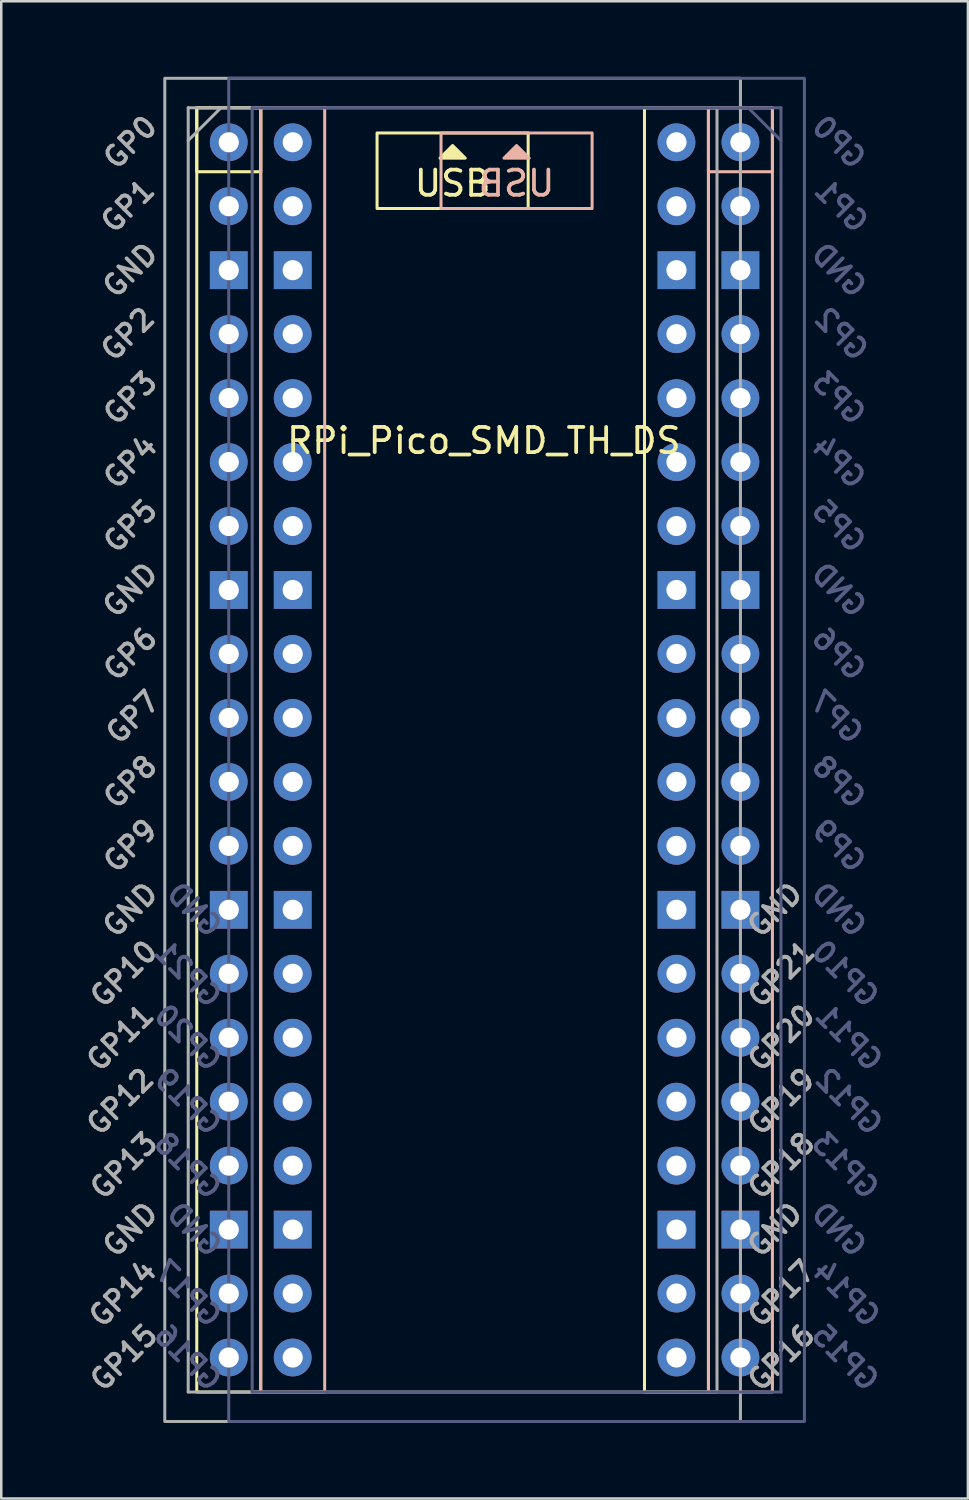
<source format=kicad_pcb>
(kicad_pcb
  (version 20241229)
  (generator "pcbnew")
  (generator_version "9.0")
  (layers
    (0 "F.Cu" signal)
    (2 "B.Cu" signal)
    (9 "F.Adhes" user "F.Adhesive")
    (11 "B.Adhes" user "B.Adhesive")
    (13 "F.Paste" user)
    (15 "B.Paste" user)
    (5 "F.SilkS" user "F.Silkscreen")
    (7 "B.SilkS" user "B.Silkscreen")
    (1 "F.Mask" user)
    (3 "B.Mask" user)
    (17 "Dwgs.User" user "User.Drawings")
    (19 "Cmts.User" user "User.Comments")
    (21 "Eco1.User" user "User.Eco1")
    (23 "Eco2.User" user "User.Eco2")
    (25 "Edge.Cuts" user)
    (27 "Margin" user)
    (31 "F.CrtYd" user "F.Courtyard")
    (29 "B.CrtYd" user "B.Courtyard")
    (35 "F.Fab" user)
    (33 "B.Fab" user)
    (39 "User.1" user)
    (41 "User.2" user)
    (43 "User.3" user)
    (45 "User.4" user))
  (footprint "RPi_Pico_SMD_TH_DS"
    (layer "F.Cu")
    (at 16.194 26.73)
    (property "Reference" "RPi_Pico_SMD_TH_DS" (at -0.03 -12.28 0) (layer "F.SilkS") (effects (font (size 1 1) (thickness 0.15))))
    (attr through_hole)
    (fp_rect (start -11.43 -25.5) (end -8.89 -22.96) (stroke (width 0.12) (type default)) (fill no) (layer "F.SilkS"))
    (fp_rect (start -11.43 -25.5) (end -8.89 25.5) (stroke (width 0.12) (type default)) (fill no) (layer "F.SilkS"))
    (fp_rect (start -4.27 -24.5) (end 1.73 -21.5) (stroke (width 0.12) (type solid)) (fill no) (layer "F.SilkS"))
    (fp_rect (start 6.35 -25.5) (end 8.89 25.5) (stroke (width 0.12) (type default)) (fill no) (layer "F.SilkS"))
    (fp_poly (pts (xy -0.77 -23.5) (xy -1.77 -23.5) (xy -1.27 -24)) (stroke (width 0.12) (type solid)) (fill yes) (layer "F.SilkS"))
    (fp_rect (start -6.35 -25.5) (end -8.89 25.5) (stroke (width 0.12) (type default)) (fill no) (layer "B.SilkS"))
    (fp_rect (start 4.27 -24.5) (end -1.73 -21.5) (stroke (width 0.12) (type solid)) (fill no) (layer "B.SilkS"))
    (fp_rect (start 11.43 -25.5) (end 8.89 -22.96) (stroke (width 0.12) (type default)) (fill no) (layer "B.SilkS"))
    (fp_rect (start 11.43 -25.5) (end 8.89 25.5) (stroke (width 0.12) (type default)) (fill no) (layer "B.SilkS"))
    (fp_poly (pts (xy 0.77 -23.5) (xy 1.77 -23.5) (xy 1.27 -24)) (stroke (width 0.12) (type solid)) (fill yes) (layer "B.SilkS"))
    (fp_line (start -9.23 -25.5) (end -9.23 25.5) (stroke (width 0.12) (type solid)) (layer "B.Fab"))
    (fp_line (start -9.23 25.5) (end 11.77 25.5) (stroke (width 0.12) (type solid)) (layer "B.Fab"))
    (fp_line (start 11.77 -25.5) (end -9.23 -25.5) (stroke (width 0.12) (type solid)) (layer "B.Fab"))
    (fp_line (start 11.77 -24.2) (end 10.47 -25.5) (stroke (width 0.12) (type solid)) (layer "B.Fab"))
    (fp_line (start 11.77 25.5) (end 11.77 -25.5) (stroke (width 0.12) (type solid)) (layer "B.Fab"))
    (fp_rect (start 12.7 -26.67) (end -10.16 26.67) (stroke (width 0.12) (type solid)) (fill no) (layer "B.Fab"))
    (fp_line (start -11.77 -25.5) (end 9.23 -25.5) (stroke (width 0.12) (type solid)) (layer "F.Fab"))
    (fp_line (start -11.77 -24.2) (end -10.47 -25.5) (stroke (width 0.12) (type solid)) (layer "F.Fab"))
    (fp_line (start -11.77 25.5) (end -11.77 -25.5) (stroke (width 0.12) (type solid)) (layer "F.Fab"))
    (fp_line (start 9.23 -25.5) (end 9.23 25.5) (stroke (width 0.12) (type solid)) (layer "F.Fab"))
    (fp_line (start 9.23 25.5) (end -11.77 25.5) (stroke (width 0.12) (type solid)) (layer "F.Fab"))
    (fp_rect (start -12.7 -26.67) (end 10.16 26.67) (stroke (width 0.12) (type solid)) (fill no) (layer "F.Fab"))
    (fp_text user "USB" (at -1.27 -22.5 0) (unlocked yes) (layer "F.SilkS") (effects (font (size 1 1) (thickness 0.15))))
    (fp_text user "USB" (at 1.27 -22.5 0) (unlocked yes) (layer "B.SilkS") (effects (font (size 1 1) (thickness 0.15)) (justify mirror)))
    (fp_text user "GND" (at 14.07 -19.05 315) (layer "B.Fab") (effects (font (size 0.8 0.8) (thickness 0.15)) (justify mirror)))
    (fp_text user "GP21" (at -11.784 8.9 315) (layer "B.Fab") (effects (font (size 0.8 0.8) (thickness 0.15)) (justify mirror)))
    (fp_text user "GP0" (at 14.07 -24.13 315) (layer "B.Fab") (effects (font (size 0.8 0.8) (thickness 0.15)) (justify mirror)))
    (fp_text user "GP13" (at 14.324 16.51 315) (layer "B.Fab") (effects (font (size 0.8 0.8) (thickness 0.15)) (justify mirror)))
    (fp_text user "GP18" (at -11.784 16.51 315) (layer "B.Fab") (effects (font (size 0.8 0.8) (thickness 0.15)) (justify mirror)))
    (fp_text user "GND" (at -11.53 6.35 315) (layer "B.Fab") (effects (font (size 0.8 0.8) (thickness 0.15)) (justify mirror)))
    (fp_text user "GP5" (at 14.07 -8.89 315) (layer "B.Fab") (effects (font (size 0.8 0.8) (thickness 0.15)) (justify mirror)))
    (fp_text user "GP3" (at 14.07 -13.97 315) (layer "B.Fab") (effects (font (size 0.8 0.8) (thickness 0.15)) (justify mirror)))
    (fp_text user "GND" (at 14.07 -6.35 315) (layer "B.Fab") (effects (font (size 0.8 0.8) (thickness 0.15)) (justify mirror)))
    (fp_text user "GP17" (at -11.784 21.59 315) (layer "B.Fab") (effects (font (size 0.8 0.8) (thickness 0.15)) (justify mirror)))
    (fp_text user "GND" (at 14.07 6.35 315) (layer "B.Fab") (effects (font (size 0.8 0.8) (thickness 0.15)) (justify mirror)))
    (fp_text user "GP10" (at 14.324 8.89 315) (layer "B.Fab") (effects (font (size 0.8 0.8) (thickness 0.15)) (justify mirror)))
    (fp_text user "GP7" (at 13.97 -1.3 315) (layer "B.Fab") (effects (font (size 0.8 0.8) (thickness 0.15)) (justify mirror)))
    (fp_text user "GP11" (at 14.47 11.43 315) (layer "B.Fab") (effects (font (size 0.8 0.8) (thickness 0.15)) (justify mirror)))
    (fp_text user "GP12" (at 14.47 13.97 315) (layer "B.Fab") (effects (font (size 0.8 0.8) (thickness 0.15)) (justify mirror)))
    (fp_text user "GP2" (at 14.17 -16.51 315) (layer "B.Fab") (effects (font (size 0.8 0.8) (thickness 0.15)) (justify mirror)))
    (fp_text user "GP8" (at 14.07 1.27 315) (layer "B.Fab") (effects (font (size 0.8 0.8) (thickness 0.15)) (justify mirror)))
    (fp_text user "GP1" (at 14.17 -21.6 315) (layer "B.Fab") (effects (font (size 0.8 0.8) (thickness 0.15)) (justify mirror)))
    (fp_text user "GP16" (at -11.784 24.13 315) (layer "B.Fab") (effects (font (size 0.8 0.8) (thickness 0.15)) (justify mirror)))
    (fp_text user "GP15" (at 14.324 24.13 315) (layer "B.Fab") (effects (font (size 0.8 0.8) (thickness 0.15)) (justify mirror)))
    (fp_text user "GP4" (at 14.07 -11.43 315) (layer "B.Fab") (effects (font (size 0.8 0.8) (thickness 0.15)) (justify mirror)))
    (fp_text user "GP19" (at -11.784 13.97 315) (layer "B.Fab") (effects (font (size 0.8 0.8) (thickness 0.15)) (justify mirror)))
    (fp_text user "GND" (at -11.53 19.05 315) (layer "B.Fab") (effects (font (size 0.8 0.8) (thickness 0.15)) (justify mirror)))
    (fp_text user "GND" (at 14.07 19.05 315) (layer "B.Fab") (effects (font (size 0.8 0.8) (thickness 0.15)) (justify mirror)))
    (fp_text user "GP20" (at -11.784 11.43 315) (layer "B.Fab") (effects (font (size 0.8 0.8) (thickness 0.15)) (justify mirror)))
    (fp_text user "GP14" (at 14.37 21.59 315) (layer "B.Fab") (effects (font (size 0.8 0.8) (thickness 0.15)) (justify mirror)))
    (fp_text user "GP9" (at 14.07 3.81 315) (layer "B.Fab") (effects (font (size 0.8 0.8) (thickness 0.15)) (justify mirror)))
    (fp_text user "GP6" (at 14.07 -3.81 315) (layer "B.Fab") (effects (font (size 0.8 0.8) (thickness 0.15)) (justify mirror)))
    (fp_text user "GND" (at -14.07 -19.05 45) (layer "F.Fab") (effects (font (size 0.8 0.8) (thickness 0.15))))
    (fp_text user "GP21" (at 11.784 8.9 45) (layer "F.Fab") (effects (font (size 0.8 0.8) (thickness 0.15))))
    (fp_text user "GND" (at -14.07 6.35 45) (layer "F.Fab") (effects (font (size 0.8 0.8) (thickness 0.15))))
    (fp_text user "GP19" (at 11.784 13.97 45) (layer "F.Fab") (effects (font (size 0.8 0.8) (thickness 0.15))))
    (fp_text user "GP13" (at -14.324 16.51 45) (layer "F.Fab") (effects (font (size 0.8 0.8) (thickness 0.15))))
    (fp_text user "GND" (at -14.07 -6.35 45) (layer "F.Fab") (effects (font (size 0.8 0.8) (thickness 0.15))))
    (fp_text user "GP15" (at -14.324 24.13 45) (layer "F.Fab") (effects (font (size 0.8 0.8) (thickness 0.15))))
    (fp_text user "GP2" (at -14.17 -16.51 45) (layer "F.Fab") (effects (font (size 0.8 0.8) (thickness 0.15))))
    (fp_text user "GP6" (at -14.07 -3.81 45) (layer "F.Fab") (effects (font (size 0.8 0.8) (thickness 0.15))))
    (fp_text user "GND" (at 11.53 19.05 45) (layer "F.Fab") (effects (font (size 0.8 0.8) (thickness 0.15))))
    (fp_text user "GP16" (at 11.784 24.13 45) (layer "F.Fab") (effects (font (size 0.8 0.8) (thickness 0.15))))
    (fp_text user "GP5" (at -14.07 -8.89 45) (layer "F.Fab") (effects (font (size 0.8 0.8) (thickness 0.15))))
    (fp_text user "GP0" (at -14.07 -24.13 45) (layer "F.Fab") (effects (font (size 0.8 0.8) (thickness 0.15))))
    (fp_text user "GP20" (at 11.784 11.43 45) (layer "F.Fab") (effects (font (size 0.8 0.8) (thickness 0.15))))
    (fp_text user "GP8" (at -14.07 1.27 45) (layer "F.Fab") (effects (font (size 0.8 0.8) (thickness 0.15))))
    (fp_text user "GP10" (at -14.324 8.89 45) (layer "F.Fab") (effects (font (size 0.8 0.8) (thickness 0.15))))
    (fp_text user "GP14" (at -14.37 21.59 45) (layer "F.Fab") (effects (font (size 0.8 0.8) (thickness 0.15))))
    (fp_text user "GP3" (at -14.07 -13.97 45) (layer "F.Fab") (effects (font (size 0.8 0.8) (thickness 0.15))))
    (fp_text user "GP17" (at 11.784 21.59 45) (layer "F.Fab") (effects (font (size 0.8 0.8) (thickness 0.15))))
    (fp_text user "GND" (at -14.07 19.05 45) (layer "F.Fab") (effects (font (size 0.8 0.8) (thickness 0.15))))
    (fp_text user "GP12" (at -14.47 13.97 45) (layer "F.Fab") (effects (font (size 0.8 0.8) (thickness 0.15))))
    (fp_text user "GND" (at 11.53 6.35 45) (layer "F.Fab") (effects (font (size 0.8 0.8) (thickness 0.15))))
    (fp_text user "GP7" (at -13.97 -1.3 45) (layer "F.Fab") (effects (font (size 0.8 0.8) (thickness 0.15))))
    (fp_text user "GP9" (at -14.07 3.81 45) (layer "F.Fab") (effects (font (size 0.8 0.8) (thickness 0.15))))
    (fp_text user "GP1" (at -14.17 -21.6 45) (layer "F.Fab") (effects (font (size 0.8 0.8) (thickness 0.15))))
    (fp_text user "GP11" (at -14.47 11.43 45) (layer "F.Fab") (effects (font (size 0.8 0.8) (thickness 0.15))))
    (fp_text user "GP18" (at 11.784 16.51 45) (layer "F.Fab") (effects (font (size 0.8 0.8) (thickness 0.15))))
    (fp_text user "GP4" (at -14.07 -11.43 45) (layer "F.Fab") (effects (font (size 0.8 0.8) (thickness 0.15))))
    (pad "1" thru_hole circle (at -10.16 -24.13) (size 1.5 1.5) (drill 0.8) (layers "*.Cu" "B.Mask"))
    (pad "1" thru_hole circle (at 10.16 -24.13) (size 1.5 1.5) (drill 0.8) (layers "*.Cu" "F.Mask"))
    (pad "2" thru_hole circle (at -10.16 -21.59) (size 1.5 1.5) (drill 0.8) (layers "*.Cu" "B.Mask"))
    (pad "2" thru_hole circle (at 10.16 -21.59) (size 1.5 1.5) (drill 0.8) (layers "*.Cu" "F.Mask"))
    (pad "3" thru_hole rect (at -10.16 -19.05) (size 1.5 1.5) (drill 0.8) (layers "*.Cu" "B.Mask"))
    (pad "3" thru_hole rect (at 10.16 -19.05) (size 1.5 1.5) (drill 0.8) (layers "*.Cu" "F.Mask"))
    (pad "4" thru_hole circle (at -10.16 -16.51) (size 1.5 1.5) (drill 0.8) (layers "*.Cu" "B.Mask"))
    (pad "4" thru_hole circle (at 10.16 -16.51) (size 1.5 1.5) (drill 0.8) (layers "*.Cu" "F.Mask"))
    (pad "5" thru_hole circle (at -10.16 -13.97) (size 1.5 1.5) (drill 0.8) (layers "*.Cu" "B.Mask"))
    (pad "5" thru_hole circle (at 10.16 -13.97) (size 1.5 1.5) (drill 0.8) (layers "*.Cu" "F.Mask"))
    (pad "6" thru_hole circle (at -10.16 -11.43) (size 1.5 1.5) (drill 0.8) (layers "*.Cu" "B.Mask"))
    (pad "6" thru_hole circle (at 10.16 -11.43) (size 1.5 1.5) (drill 0.8) (layers "*.Cu" "F.Mask"))
    (pad "7" thru_hole circle (at -10.16 -8.89) (size 1.5 1.5) (drill 0.8) (layers "*.Cu" "B.Mask"))
    (pad "7" thru_hole circle (at 10.16 -8.89) (size 1.5 1.5) (drill 0.8) (layers "*.Cu" "F.Mask"))
    (pad "8" thru_hole rect (at -10.16 -6.35) (size 1.5 1.5) (drill 0.8) (layers "*.Cu" "B.Mask"))
    (pad "8" thru_hole rect (at 10.16 -6.35) (size 1.5 1.5) (drill 0.8) (layers "*.Cu" "F.Mask"))
    (pad "9" thru_hole circle (at -10.16 -3.81) (size 1.5 1.5) (drill 0.8) (layers "*.Cu" "B.Mask"))
    (pad "9" thru_hole circle (at 10.16 -3.81) (size 1.5 1.5) (drill 0.8) (layers "*.Cu" "F.Mask"))
    (pad "10" thru_hole circle (at -10.16 -1.27) (size 1.5 1.5) (drill 0.8) (layers "*.Cu" "B.Mask"))
    (pad "10" thru_hole circle (at 10.16 -1.27) (size 1.5 1.5) (drill 0.8) (layers "*.Cu" "F.Mask"))
    (pad "11" thru_hole circle (at -10.16 1.27) (size 1.5 1.5) (drill 0.8) (layers "*.Cu" "B.Mask"))
    (pad "11" thru_hole circle (at 10.16 1.27) (size 1.5 1.5) (drill 0.8) (layers "*.Cu" "F.Mask"))
    (pad "12" thru_hole circle (at -10.16 3.81) (size 1.5 1.5) (drill 0.8) (layers "*.Cu" "B.Mask"))
    (pad "12" thru_hole circle (at 10.16 3.81) (size 1.5 1.5) (drill 0.8) (layers "*.Cu" "F.Mask"))
    (pad "13" thru_hole rect (at -10.16 6.35) (size 1.5 1.5) (drill 0.8) (layers "*.Cu" "B.Mask"))
    (pad "13" thru_hole rect (at 10.16 6.35) (size 1.5 1.5) (drill 0.8) (layers "*.Cu" "F.Mask"))
    (pad "14" thru_hole circle (at -10.16 8.89) (size 1.5 1.5) (drill 0.8) (layers "*.Cu" "B.Mask"))
    (pad "14" thru_hole circle (at 10.16 8.89) (size 1.5 1.5) (drill 0.8) (layers "*.Cu" "F.Mask"))
    (pad "15" thru_hole circle (at -10.16 11.43) (size 1.5 1.5) (drill 0.8) (layers "*.Cu" "B.Mask"))
    (pad "15" thru_hole circle (at 10.16 11.43) (size 1.5 1.5) (drill 0.8) (layers "*.Cu" "F.Mask"))
    (pad "16" thru_hole circle (at -10.16 13.97) (size 1.5 1.5) (drill 0.8) (layers "*.Cu" "B.Mask"))
    (pad "16" thru_hole circle (at 10.16 13.97) (size 1.5 1.5) (drill 0.8) (layers "*.Cu" "F.Mask"))
    (pad "17" thru_hole circle (at -10.16 16.51) (size 1.5 1.5) (drill 0.8) (layers "*.Cu" "B.Mask"))
    (pad "17" thru_hole circle (at 10.16 16.51) (size 1.5 1.5) (drill 0.8) (layers "*.Cu" "F.Mask"))
    (pad "18" thru_hole rect (at -10.16 19.05) (size 1.5 1.5) (drill 0.8) (layers "*.Cu" "B.Mask"))
    (pad "18" thru_hole rect (at 10.16 19.05) (size 1.5 1.5) (drill 0.8) (layers "*.Cu" "F.Mask"))
    (pad "19" thru_hole circle (at -10.16 21.59) (size 1.5 1.5) (drill 0.8) (layers "*.Cu" "B.Mask"))
    (pad "19" thru_hole circle (at 10.16 21.59) (size 1.5 1.5) (drill 0.8) (layers "*.Cu" "F.Mask"))
    (pad "20" thru_hole circle (at -10.16 24.13) (size 1.5 1.5) (drill 0.8) (layers "*.Cu" "B.Mask"))
    (pad "20" thru_hole circle (at 10.16 24.13) (size 1.5 1.5) (drill 0.8) (layers "*.Cu" "F.Mask"))
    (pad "21" thru_hole circle (at -7.62 24.13) (size 1.5 1.5) (drill 0.8) (layers "*.Cu" "F.Mask"))
    (pad "21" thru_hole circle (at 7.62 24.13) (size 1.5 1.5) (drill 0.8) (layers "*.Cu" "B.Mask"))
    (pad "22" thru_hole circle (at -7.62 21.59) (size 1.5 1.5) (drill 0.8) (layers "*.Cu" "F.Mask"))
    (pad "22" thru_hole circle (at 7.62 21.59) (size 1.5 1.5) (drill 0.8) (layers "*.Cu" "B.Mask"))
    (pad "23" thru_hole rect (at -7.62 19.05) (size 1.5 1.5) (drill 0.8) (layers "*.Cu" "F.Mask"))
    (pad "23" thru_hole rect (at 7.62 19.05) (size 1.5 1.5) (drill 0.8) (layers "*.Cu" "B.Mask"))
    (pad "24" thru_hole circle (at -7.62 16.51) (size 1.5 1.5) (drill 0.8) (layers "*.Cu" "F.Mask"))
    (pad "24" thru_hole circle (at 7.62 16.51) (size 1.5 1.5) (drill 0.8) (layers "*.Cu" "B.Mask"))
    (pad "25" thru_hole circle (at -7.62 13.97) (size 1.5 1.5) (drill 0.8) (layers "*.Cu" "F.Mask"))
    (pad "25" thru_hole circle (at 7.62 13.97) (size 1.5 1.5) (drill 0.8) (layers "*.Cu" "B.Mask"))
    (pad "26" thru_hole circle (at -7.62 11.43) (size 1.5 1.5) (drill 0.8) (layers "*.Cu" "F.Mask"))
    (pad "26" thru_hole circle (at 7.62 11.43) (size 1.5 1.5) (drill 0.8) (layers "*.Cu" "B.Mask"))
    (pad "27" thru_hole circle (at -7.62 8.89) (size 1.5 1.5) (drill 0.8) (layers "*.Cu" "F.Mask"))
    (pad "27" thru_hole circle (at 7.62 8.89) (size 1.5 1.5) (drill 0.8) (layers "*.Cu" "B.Mask"))
    (pad "28" thru_hole rect (at -7.62 6.35) (size 1.5 1.5) (drill 0.8) (layers "*.Cu" "F.Mask"))
    (pad "28" thru_hole rect (at 7.62 6.35) (size 1.5 1.5) (drill 0.8) (layers "*.Cu" "B.Mask"))
    (pad "29" thru_hole circle (at -7.62 3.81) (size 1.5 1.5) (drill 0.8) (layers "*.Cu" "F.Mask"))
    (pad "29" thru_hole circle (at 7.62 3.81) (size 1.5 1.5) (drill 0.8) (layers "*.Cu" "B.Mask"))
    (pad "30" thru_hole circle (at -7.62 1.27) (size 1.5 1.5) (drill 0.8) (layers "*.Cu" "F.Mask"))
    (pad "30" thru_hole circle (at 7.62 1.27) (size 1.5 1.5) (drill 0.8) (layers "*.Cu" "B.Mask"))
    (pad "31" thru_hole circle (at -7.62 -1.27) (size 1.5 1.5) (drill 0.8) (layers "*.Cu" "F.Mask"))
    (pad "31" thru_hole circle (at 7.62 -1.27) (size 1.5 1.5) (drill 0.8) (layers "*.Cu" "B.Mask"))
    (pad "32" thru_hole circle (at -7.62 -3.81) (size 1.5 1.5) (drill 0.8) (layers "*.Cu" "F.Mask"))
    (pad "32" thru_hole circle (at 7.62 -3.81) (size 1.5 1.5) (drill 0.8) (layers "*.Cu" "B.Mask"))
    (pad "33" thru_hole rect (at -7.62 -6.35) (size 1.5 1.5) (drill 0.8) (layers "*.Cu" "F.Mask"))
    (pad "33" thru_hole rect (at 7.62 -6.35) (size 1.5 1.5) (drill 0.8) (layers "*.Cu" "B.Mask"))
    (pad "34" thru_hole circle (at -7.62 -8.89) (size 1.5 1.5) (drill 0.8) (layers "*.Cu" "F.Mask"))
    (pad "34" thru_hole circle (at 7.62 -8.89) (size 1.5 1.5) (drill 0.8) (layers "*.Cu" "B.Mask"))
    (pad "35" thru_hole circle (at -7.62 -11.43) (size 1.5 1.5) (drill 0.8) (layers "*.Cu" "F.Mask"))
    (pad "35" thru_hole circle (at 7.62 -11.43) (size 1.5 1.5) (drill 0.8) (layers "*.Cu" "B.Mask"))
    (pad "36" thru_hole circle (at -7.62 -13.97) (size 1.5 1.5) (drill 0.8) (layers "*.Cu" "F.Mask"))
    (pad "36" thru_hole circle (at 7.62 -13.97) (size 1.5 1.5) (drill 0.8) (layers "*.Cu" "B.Mask"))
    (pad "37" thru_hole circle (at -7.62 -16.51) (size 1.5 1.5) (drill 0.8) (layers "*.Cu" "F.Mask"))
    (pad "37" thru_hole circle (at 7.62 -16.51) (size 1.5 1.5) (drill 0.8) (layers "*.Cu" "B.Mask"))
    (pad "38" thru_hole rect (at -7.62 -19.05) (size 1.5 1.5) (drill 0.8) (layers "*.Cu" "F.Mask"))
    (pad "38" thru_hole rect (at 7.62 -19.05) (size 1.5 1.5) (drill 0.8) (layers "*.Cu" "B.Mask"))
    (pad "39" thru_hole circle (at -7.62 -21.59) (size 1.5 1.5) (drill 0.8) (layers "*.Cu" "F.Mask"))
    (pad "39" thru_hole circle (at 7.62 -21.59) (size 1.5 1.5) (drill 0.8) (layers "*.Cu" "B.Mask"))
    (pad "40" thru_hole circle (at -7.62 -24.13) (size 1.5 1.5) (drill 0.8) (layers "*.Cu" "F.Mask"))
    (pad "40" thru_hole circle (at 7.62 -24.13) (size 1.5 1.5) (drill 0.8) (layers "*.Cu" "B.Mask")))
  (gr_rect
    (start -3 -3)
    (end 35.388 56.46)
    (stroke (width 0.1) (type default))
    (fill no)
    (layer "Edge.Cuts")))
</source>
